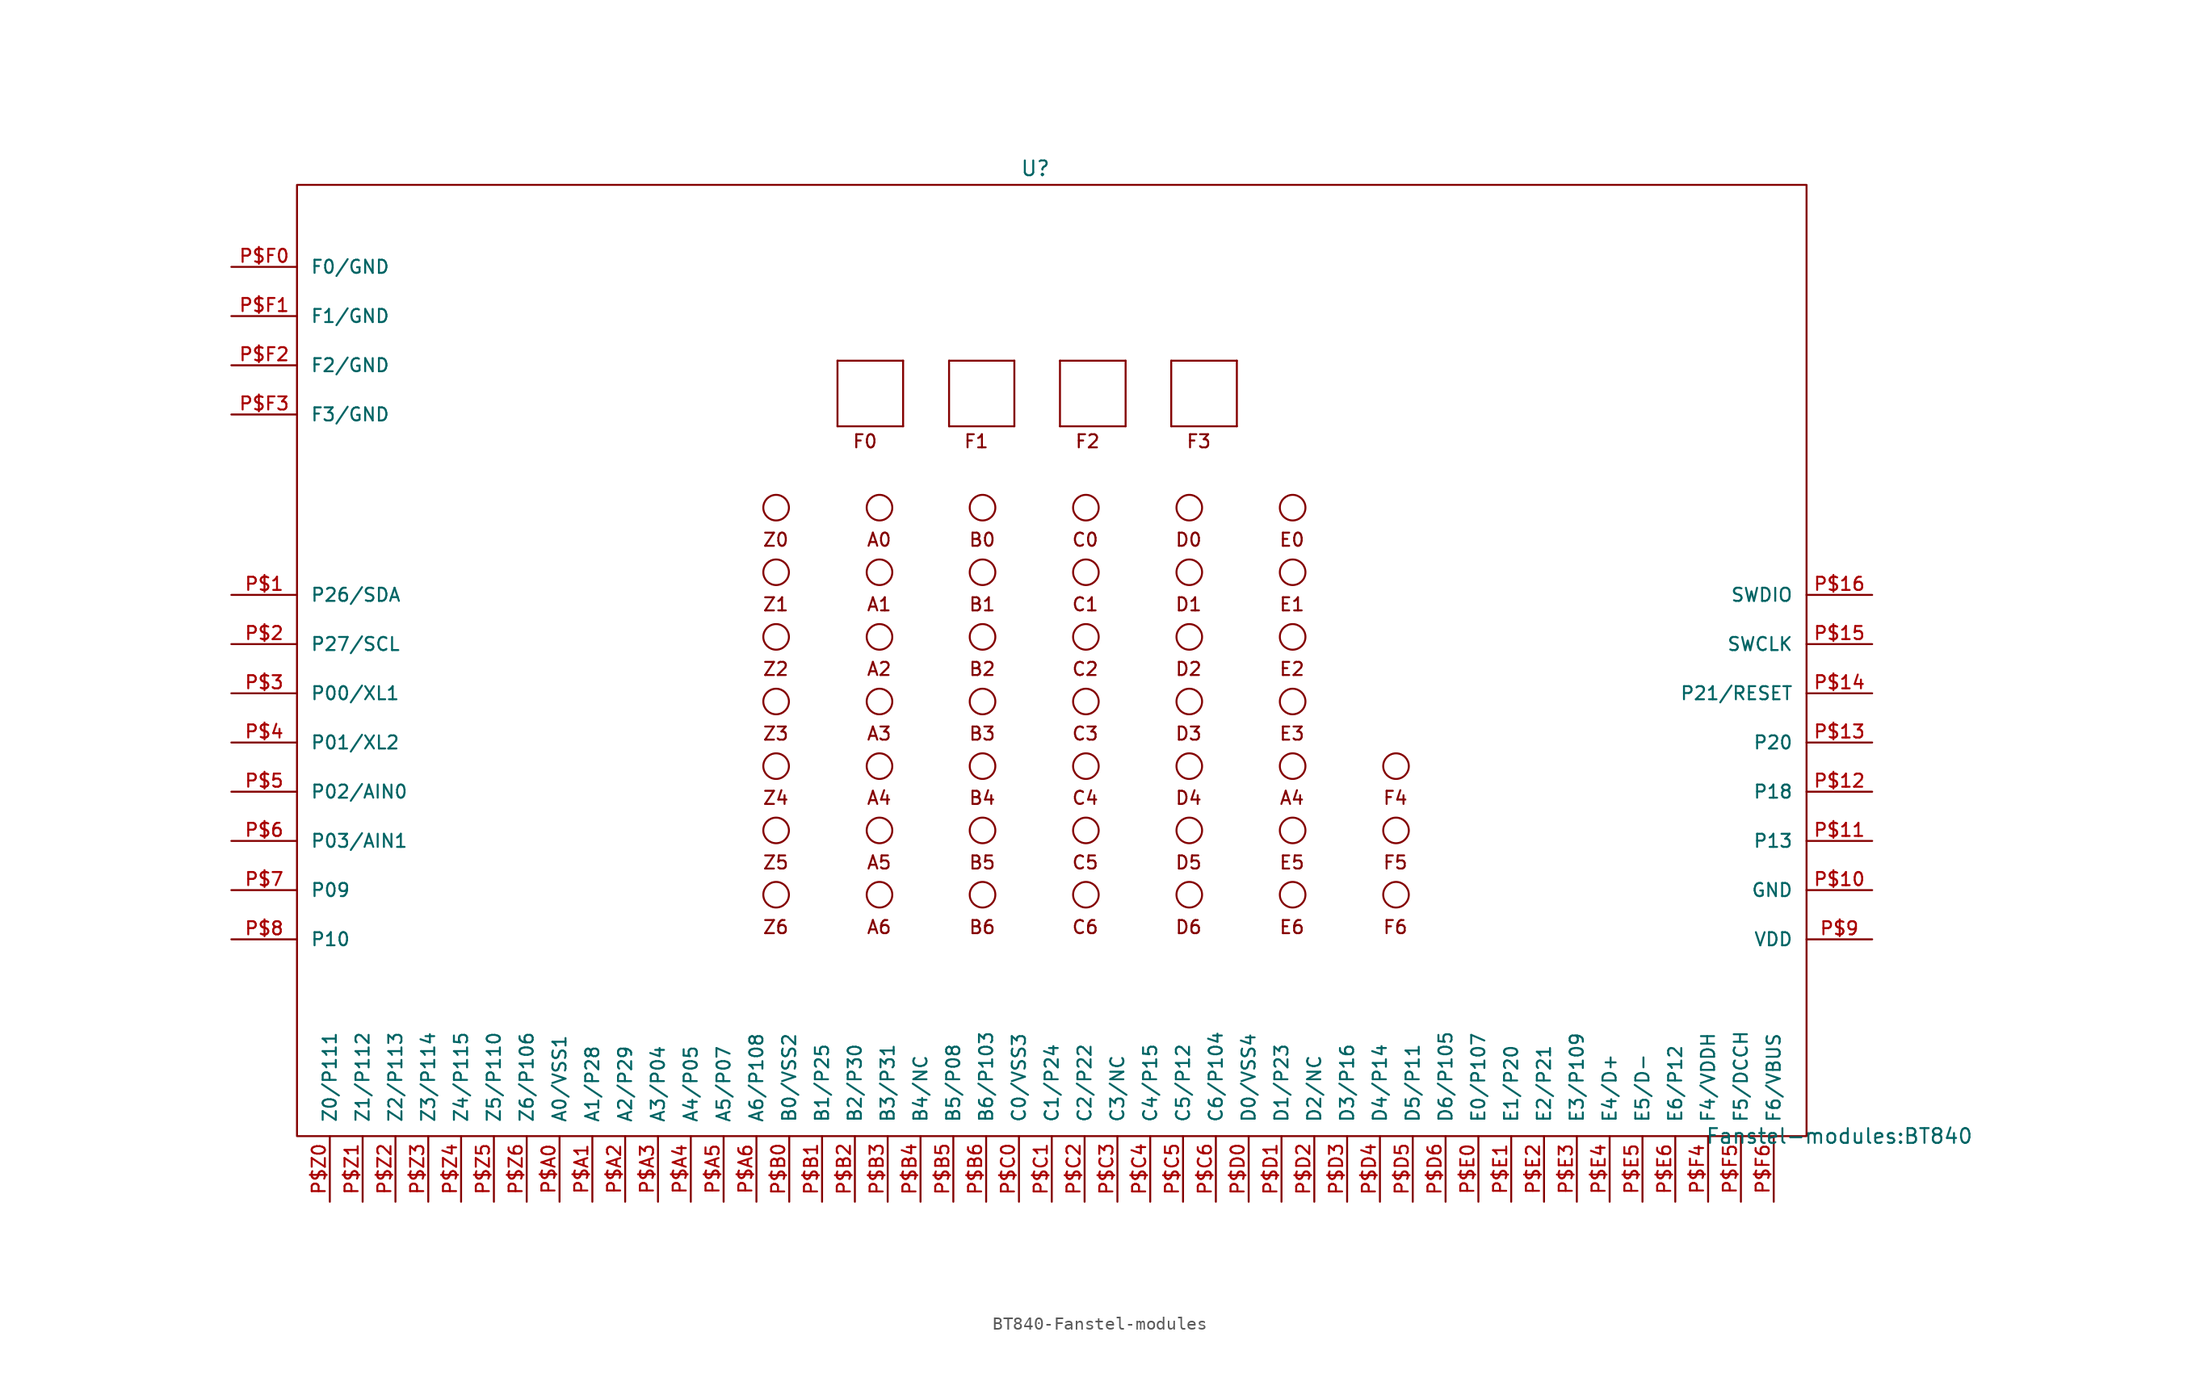
<source format=kicad_sym>
(kicad_symbol_lib
  (version 20220914)
  (generator kicad_symbol_editor)
  (symbol "BT840-Fanstel-modules"
    (pin_names
      (offset 1.016))
    (property "Reference" "U"
      (at 0 48.26 0)
      (effects (font (size 1.143 1.143))))
    (property "Value" "Fanstel-modules:BT840"
      (at 62.23 -26.67 0)
      (effects (font (size 1.143 1.143))))
    (property "ki_locked" ""
      (at 0 0 0)
      (effects (font (size 1.27 1.27))))
    (symbol "BT840-Fanstel-modules_0_1"
      (rectangle (start -57.15 46.99) (end 59.69 -26.67) (stroke (width 0) (type solid)) (fill (type none))))
    (symbol "BT840-Fanstel-modules_1_0"
      (polyline (pts (xy -15.316 28.296) (xy -15.316 33.376)) (stroke (width 0) (type solid)) (fill (type none)))
      (polyline (pts (xy -15.316 33.376) (xy -10.236 33.376)) (stroke (width 0) (type solid)) (fill (type none)))
      (polyline (pts (xy -10.236 28.296) (xy -15.316 28.296)) (stroke (width 0) (type solid)) (fill (type none)))
      (polyline (pts (xy -10.236 33.376) (xy -10.236 28.296)) (stroke (width 0) (type solid)) (fill (type none)))
      (polyline (pts (xy -6.68 28.296) (xy -6.68 33.376)) (stroke (width 0) (type solid)) (fill (type none)))
      (polyline (pts (xy -6.68 33.376) (xy -1.626 33.376)) (stroke (width 0) (type solid)) (fill (type none)))
      (polyline (pts (xy -1.626 28.296) (xy -6.68 28.296)) (stroke (width 0) (type solid)) (fill (type none)))
      (polyline (pts (xy -1.626 33.376) (xy -1.626 28.296)) (stroke (width 0) (type solid)) (fill (type none)))
      (polyline (pts (xy 1.905 28.296) (xy 1.905 33.376)) (stroke (width 0) (type solid)) (fill (type none)))
      (polyline (pts (xy 1.905 33.376) (xy 6.985 33.376)) (stroke (width 0) (type solid)) (fill (type none)))
      (polyline (pts (xy 6.985 28.296) (xy 1.905 28.296)) (stroke (width 0) (type solid)) (fill (type none)))
      (polyline (pts (xy 6.985 33.376) (xy 6.985 28.296)) (stroke (width 0) (type solid)) (fill (type none)))
      (polyline (pts (xy 10.516 28.296) (xy 10.516 33.376)) (stroke (width 0) (type solid)) (fill (type none)))
      (polyline (pts (xy 10.516 33.376) (xy 15.596 33.376)) (stroke (width 0) (type solid)) (fill (type none)))
      (polyline (pts (xy 15.596 28.296) (xy 10.516 28.296)) (stroke (width 0) (type solid)) (fill (type none)))
      (polyline (pts (xy 15.596 33.376) (xy 15.596 28.296)) (stroke (width 0) (type solid)) (fill (type none)))
      (text "A0" (at -12.09 19.507 0) (effects (font (size 1.016 1.016))))
      (text "A1" (at -12.09 14.503 0) (effects (font (size 1.016 1.016))))
      (text "A2" (at -12.09 9.5 0) (effects (font (size 1.016 1.016))))
      (text "A3" (at -12.09 4.496 0) (effects (font (size 1.016 1.016))))
      (text "A4" (at -12.09 -0.483 0) (effects (font (size 1.016 1.016))))
      (text "A4" (at 19.863 -0.483 0) (effects (font (size 1.016 1.016))))
      (text "A5" (at -12.09 -5.486 0) (effects (font (size 1.016 1.016))))
      (text "A6" (at -12.09 -10.49 0) (effects (font (size 1.016 1.016))))
      (text "B0" (at -4.115 19.507 0) (effects (font (size 1.016 1.016))))
      (text "B1" (at -4.115 14.503 0) (effects (font (size 1.016 1.016))))
      (text "B2" (at -4.115 9.5 0) (effects (font (size 1.016 1.016))))
      (text "B3" (at -4.115 4.496 0) (effects (font (size 1.016 1.016))))
      (text "B4" (at -4.115 -0.483 0) (effects (font (size 1.016 1.016))))
      (text "B5" (at -4.115 -5.486 0) (effects (font (size 1.016 1.016))))
      (text "B6" (at -4.115 -10.49 0) (effects (font (size 1.016 1.016))))
      (text "C0" (at 3.861 19.507 0) (effects (font (size 1.016 1.016))))
      (text "C1" (at 3.861 14.503 0) (effects (font (size 1.016 1.016))))
      (text "C2" (at 3.861 9.5 0) (effects (font (size 1.016 1.016))))
      (text "C3" (at 3.861 4.496 0) (effects (font (size 1.016 1.016))))
      (text "C4" (at 3.861 -0.483 0) (effects (font (size 1.016 1.016))))
      (text "C5" (at 3.861 -5.486 0) (effects (font (size 1.016 1.016))))
      (text "C6" (at 3.861 -10.49 0) (effects (font (size 1.016 1.016))))
      (text "D0" (at 11.862 19.507 0) (effects (font (size 1.016 1.016))))
      (text "D1" (at 11.862 14.503 0) (effects (font (size 1.016 1.016))))
      (text "D2" (at 11.862 9.5 0) (effects (font (size 1.016 1.016))))
      (text "D3" (at 11.862 4.496 0) (effects (font (size 1.016 1.016))))
      (text "D4" (at 11.862 -0.483 0) (effects (font (size 1.016 1.016))))
      (text "D5" (at 11.862 -5.486 0) (effects (font (size 1.016 1.016))))
      (text "D6" (at 11.862 -10.49 0) (effects (font (size 1.016 1.016))))
      (text "E0" (at 19.863 19.507 0) (effects (font (size 1.016 1.016))))
      (text "E1" (at 19.863 14.503 0) (effects (font (size 1.016 1.016))))
      (text "E2" (at 19.863 9.5 0) (effects (font (size 1.016 1.016))))
      (text "E3" (at 19.863 4.496 0) (effects (font (size 1.016 1.016))))
      (text "E5" (at 19.863 -5.486 0) (effects (font (size 1.016 1.016))))
      (text "E6" (at 19.863 -10.49 0) (effects (font (size 1.016 1.016))))
      (text "F0" (at -13.183 27.127 0) (effects (font (size 1.016 1.016))))
      (text "F1" (at -4.572 27.127 0) (effects (font (size 1.016 1.016))))
      (text "F2" (at 4.039 27.127 0) (effects (font (size 1.016 1.016))))
      (text "F3" (at 12.649 27.127 0) (effects (font (size 1.016 1.016))))
      (text "F4" (at 27.864 -0.483 0) (effects (font (size 1.016 1.016))))
      (text "F5" (at 27.864 -5.486 0) (effects (font (size 1.016 1.016))))
      (text "F6" (at 27.864 -10.49 0) (effects (font (size 1.016 1.016))))
      (text "Z0" (at -20.091 19.507 0) (effects (font (size 1.016 1.016))))
      (text "Z1" (at -20.091 14.503 0) (effects (font (size 1.016 1.016))))
      (text "Z2" (at -20.091 9.5 0) (effects (font (size 1.016 1.016))))
      (text "Z3" (at -20.091 4.496 0) (effects (font (size 1.016 1.016))))
      (text "Z4" (at -20.091 -0.483 0) (effects (font (size 1.016 1.016))))
      (text "Z5" (at -20.091 -5.486 0) (effects (font (size 1.016 1.016))))
      (text "Z6" (at -20.091 -10.49 0) (effects (font (size 1.016 1.016)))))
    (symbol "BT840-Fanstel-modules_1_1"
      (circle (center -20.066 -7.976) (radius 0.991) (stroke (width 0) (type solid)) (fill (type none)))
      (circle (center -20.066 -2.997) (radius 0.991) (stroke (width 0) (type solid)) (fill (type none)))
      (circle (center -20.066 1.981) (radius 0.991) (stroke (width 0) (type solid)) (fill (type none)))
      (circle (center -20.066 6.985) (radius 0.991) (stroke (width 0) (type solid)) (fill (type none)))
      (circle (center -20.066 11.989) (radius 0.991) (stroke (width 0) (type solid)) (fill (type none)))
      (circle (center -20.066 16.993) (radius 0.991) (stroke (width 0) (type solid)) (fill (type none)))
      (circle (center -20.066 21.996) (radius 0.991) (stroke (width 0) (type solid)) (fill (type none)))
      (circle (center -12.065 -7.976) (radius 0.991) (stroke (width 0) (type solid)) (fill (type none)))
      (circle (center -12.065 -2.997) (radius 0.991) (stroke (width 0) (type solid)) (fill (type none)))
      (circle (center -12.065 1.981) (radius 0.991) (stroke (width 0) (type solid)) (fill (type none)))
      (circle (center -12.065 6.985) (radius 0.991) (stroke (width 0) (type solid)) (fill (type none)))
      (circle (center -12.065 11.989) (radius 0.991) (stroke (width 0) (type solid)) (fill (type none)))
      (circle (center -12.065 16.993) (radius 0.991) (stroke (width 0) (type solid)) (fill (type none)))
      (circle (center -12.065 21.996) (radius 0.991) (stroke (width 0) (type solid)) (fill (type none)))
      (circle (center -4.089 -7.976) (radius 0.991) (stroke (width 0) (type solid)) (fill (type none)))
      (circle (center -4.089 -2.997) (radius 0.991) (stroke (width 0) (type solid)) (fill (type none)))
      (circle (center -4.089 1.981) (radius 0.991) (stroke (width 0) (type solid)) (fill (type none)))
      (circle (center -4.089 6.985) (radius 0.991) (stroke (width 0) (type solid)) (fill (type none)))
      (circle (center -4.089 11.989) (radius 0.991) (stroke (width 0) (type solid)) (fill (type none)))
      (circle (center -4.089 16.993) (radius 0.991) (stroke (width 0) (type solid)) (fill (type none)))
      (circle (center -4.089 21.996) (radius 0.991) (stroke (width 0) (type solid)) (fill (type none)))
      (circle (center 3.912 -7.976) (radius 0.991) (stroke (width 0) (type solid)) (fill (type none)))
      (circle (center 3.912 -2.997) (radius 0.991) (stroke (width 0) (type solid)) (fill (type none)))
      (circle (center 3.912 1.981) (radius 0.991) (stroke (width 0) (type solid)) (fill (type none)))
      (circle (center 3.912 6.985) (radius 0.991) (stroke (width 0) (type solid)) (fill (type none)))
      (circle (center 3.912 11.989) (radius 0.991) (stroke (width 0) (type solid)) (fill (type none)))
      (circle (center 3.912 16.993) (radius 0.991) (stroke (width 0) (type solid)) (fill (type none)))
      (circle (center 3.912 21.996) (radius 0.991) (stroke (width 0) (type solid)) (fill (type none)))
      (circle (center 11.913 -7.976) (radius 0.991) (stroke (width 0) (type solid)) (fill (type none)))
      (circle (center 11.913 -2.997) (radius 0.991) (stroke (width 0) (type solid)) (fill (type none)))
      (circle (center 11.913 1.981) (radius 0.991) (stroke (width 0) (type solid)) (fill (type none)))
      (circle (center 11.913 6.985) (radius 0.991) (stroke (width 0) (type solid)) (fill (type none)))
      (circle (center 11.913 11.989) (radius 0.991) (stroke (width 0) (type solid)) (fill (type none)))
      (circle (center 11.913 16.993) (radius 0.991) (stroke (width 0) (type solid)) (fill (type none)))
      (circle (center 11.913 21.996) (radius 0.991) (stroke (width 0) (type solid)) (fill (type none)))
      (circle (center 19.914 -7.976) (radius 0.991) (stroke (width 0) (type solid)) (fill (type none)))
      (circle (center 19.914 -2.997) (radius 0.991) (stroke (width 0) (type solid)) (fill (type none)))
      (circle (center 19.914 1.981) (radius 0.991) (stroke (width 0) (type solid)) (fill (type none)))
      (circle (center 19.914 6.985) (radius 0.991) (stroke (width 0) (type solid)) (fill (type none)))
      (circle (center 19.914 11.989) (radius 0.991) (stroke (width 0) (type solid)) (fill (type none)))
      (circle (center 19.914 16.993) (radius 0.991) (stroke (width 0) (type solid)) (fill (type none)))
      (circle (center 19.914 21.996) (radius 0.991) (stroke (width 0) (type solid)) (fill (type none)))
      (circle (center 27.915 -7.976) (radius 0.991) (stroke (width 0) (type solid)) (fill (type none)))
      (circle (center 27.915 -2.997) (radius 0.991) (stroke (width 0) (type solid)) (fill (type none)))
      (circle (center 27.915 1.981) (radius 0.991) (stroke (width 0) (type solid)) (fill (type none)))
      (pin bidirectional line (at -62.23 15.24 0) (length 5.08) (name "P26/SDA" (effects (font (size 1.016 1.016)))) (number "P$1" (effects (font (size 1.016 1.016)))))
      (pin bidirectional line (at 64.77 -7.62 180) (length 5.08) (name "GND" (effects (font (size 1.016 1.016)))) (number "P$10" (effects (font (size 1.016 1.016)))))
      (pin bidirectional line (at 64.77 -3.81 180) (length 5.08) (name "P13" (effects (font (size 1.016 1.016)))) (number "P$11" (effects (font (size 1.016 1.016)))))
      (pin bidirectional line (at 64.77 0 180) (length 5.08) (name "P18" (effects (font (size 1.016 1.016)))) (number "P$12" (effects (font (size 1.016 1.016)))))
      (pin bidirectional line (at 64.77 3.81 180) (length 5.08) (name "P20" (effects (font (size 1.016 1.016)))) (number "P$13" (effects (font (size 1.016 1.016)))))
      (pin bidirectional line (at 64.77 7.62 180) (length 5.08) (name "P21/RESET" (effects (font (size 1.016 1.016)))) (number "P$14" (effects (font (size 1.016 1.016)))))
      (pin bidirectional line (at 64.77 11.43 180) (length 5.08) (name "SWCLK" (effects (font (size 1.016 1.016)))) (number "P$15" (effects (font (size 1.016 1.016)))))
      (pin bidirectional line (at 64.77 15.24 180) (length 5.08) (name "SWDIO" (effects (font (size 1.016 1.016)))) (number "P$16" (effects (font (size 1.016 1.016)))))
      (pin bidirectional line (at -62.23 11.43 0) (length 5.08) (name "P27/SCL" (effects (font (size 1.016 1.016)))) (number "P$2" (effects (font (size 1.016 1.016)))))
      (pin bidirectional line (at -62.23 7.62 0) (length 5.08) (name "P00/XL1" (effects (font (size 1.016 1.016)))) (number "P$3" (effects (font (size 1.016 1.016)))))
      (pin bidirectional line (at -62.23 3.81 0) (length 5.08) (name "P01/XL2" (effects (font (size 1.016 1.016)))) (number "P$4" (effects (font (size 1.016 1.016)))))
      (pin bidirectional line (at -62.23 0 0) (length 5.08) (name "P02/AIN0" (effects (font (size 1.016 1.016)))) (number "P$5" (effects (font (size 1.016 1.016)))))
      (pin bidirectional line (at -62.23 -3.81 0) (length 5.08) (name "P03/AIN1" (effects (font (size 1.016 1.016)))) (number "P$6" (effects (font (size 1.016 1.016)))))
      (pin bidirectional line (at -62.23 -7.62 0) (length 5.08) (name "P09" (effects (font (size 1.016 1.016)))) (number "P$7" (effects (font (size 1.016 1.016)))))
      (pin bidirectional line (at -62.23 -11.43 0) (length 5.08) (name "P10" (effects (font (size 1.016 1.016)))) (number "P$8" (effects (font (size 1.016 1.016)))))
      (pin bidirectional line (at 64.77 -11.43 180) (length 5.08) (name "VDD" (effects (font (size 1.016 1.016)))) (number "P$9" (effects (font (size 1.016 1.016)))))
      (pin bidirectional line (at -36.83 -31.75 90) (length 5.08) (name "A0/VSS1" (effects (font (size 1.016 1.016)))) (number "P$A0" (effects (font (size 1.016 1.016)))))
      (pin bidirectional line (at -34.29 -31.75 90) (length 5.08) (name "A1/P28" (effects (font (size 1.016 1.016)))) (number "P$A1" (effects (font (size 1.016 1.016)))))
      (pin bidirectional line (at -31.75 -31.75 90) (length 5.08) (name "A2/P29" (effects (font (size 1.016 1.016)))) (number "P$A2" (effects (font (size 1.016 1.016)))))
      (pin bidirectional line (at -29.21 -31.75 90) (length 5.08) (name "A3/P04" (effects (font (size 1.016 1.016)))) (number "P$A3" (effects (font (size 1.016 1.016)))))
      (pin bidirectional line (at -26.67 -31.75 90) (length 5.08) (name "A4/P05" (effects (font (size 1.016 1.016)))) (number "P$A4" (effects (font (size 1.016 1.016)))))
      (pin bidirectional line (at -24.13 -31.75 90) (length 5.08) (name "A5/P07" (effects (font (size 1.016 1.016)))) (number "P$A5" (effects (font (size 1.016 1.016)))))
      (pin bidirectional line (at -21.59 -31.75 90) (length 5.08) (name "A6/P108" (effects (font (size 1.016 1.016)))) (number "P$A6" (effects (font (size 1.016 1.016)))))
      (pin bidirectional line (at -19.05 -31.75 90) (length 5.08) (name "B0/VSS2" (effects (font (size 1.016 1.016)))) (number "P$B0" (effects (font (size 1.016 1.016)))))
      (pin bidirectional line (at -16.51 -31.75 90) (length 5.08) (name "B1/P25" (effects (font (size 1.016 1.016)))) (number "P$B1" (effects (font (size 1.016 1.016)))))
      (pin bidirectional line (at -13.97 -31.75 90) (length 5.08) (name "B2/P30" (effects (font (size 1.016 1.016)))) (number "P$B2" (effects (font (size 1.016 1.016)))))
      (pin bidirectional line (at -11.43 -31.75 90) (length 5.08) (name "B3/P31" (effects (font (size 1.016 1.016)))) (number "P$B3" (effects (font (size 1.016 1.016)))))
      (pin bidirectional line (at -8.89 -31.75 90) (length 5.08) (name "B4/NC" (effects (font (size 1.016 1.016)))) (number "P$B4" (effects (font (size 1.016 1.016)))))
      (pin bidirectional line (at -6.35 -31.75 90) (length 5.08) (name "B5/P08" (effects (font (size 1.016 1.016)))) (number "P$B5" (effects (font (size 1.016 1.016)))))
      (pin bidirectional line (at -3.81 -31.75 90) (length 5.08) (name "B6/P103" (effects (font (size 1.016 1.016)))) (number "P$B6" (effects (font (size 1.016 1.016)))))
      (pin bidirectional line (at -1.27 -31.75 90) (length 5.08) (name "C0/VSS3" (effects (font (size 1.016 1.016)))) (number "P$C0" (effects (font (size 1.016 1.016)))))
      (pin bidirectional line (at 1.27 -31.75 90) (length 5.08) (name "C1/P24" (effects (font (size 1.016 1.016)))) (number "P$C1" (effects (font (size 1.016 1.016)))))
      (pin bidirectional line (at 3.81 -31.75 90) (length 5.08) (name "C2/P22" (effects (font (size 1.016 1.016)))) (number "P$C2" (effects (font (size 1.016 1.016)))))
      (pin bidirectional line (at 6.35 -31.75 90) (length 5.08) (name "C3/NC" (effects (font (size 1.016 1.016)))) (number "P$C3" (effects (font (size 1.016 1.016)))))
      (pin bidirectional line (at 8.89 -31.75 90) (length 5.08) (name "C4/P15" (effects (font (size 1.016 1.016)))) (number "P$C4" (effects (font (size 1.016 1.016)))))
      (pin bidirectional line (at 11.43 -31.75 90) (length 5.08) (name "C5/P12" (effects (font (size 1.016 1.016)))) (number "P$C5" (effects (font (size 1.016 1.016)))))
      (pin bidirectional line (at 13.97 -31.75 90) (length 5.08) (name "C6/P104" (effects (font (size 1.016 1.016)))) (number "P$C6" (effects (font (size 1.016 1.016)))))
      (pin bidirectional line (at 16.51 -31.75 90) (length 5.08) (name "D0/VSS4" (effects (font (size 1.016 1.016)))) (number "P$D0" (effects (font (size 1.016 1.016)))))
      (pin bidirectional line (at 19.05 -31.75 90) (length 5.08) (name "D1/P23" (effects (font (size 1.016 1.016)))) (number "P$D1" (effects (font (size 1.016 1.016)))))
      (pin bidirectional line (at 21.59 -31.75 90) (length 5.08) (name "D2/NC" (effects (font (size 1.016 1.016)))) (number "P$D2" (effects (font (size 1.016 1.016)))))
      (pin bidirectional line (at 24.13 -31.75 90) (length 5.08) (name "D3/P16" (effects (font (size 1.016 1.016)))) (number "P$D3" (effects (font (size 1.016 1.016)))))
      (pin bidirectional line (at 26.67 -31.75 90) (length 5.08) (name "D4/P14" (effects (font (size 1.016 1.016)))) (number "P$D4" (effects (font (size 1.016 1.016)))))
      (pin bidirectional line (at 29.21 -31.75 90) (length 5.08) (name "D5/P11" (effects (font (size 1.016 1.016)))) (number "P$D5" (effects (font (size 1.016 1.016)))))
      (pin bidirectional line (at 31.75 -31.75 90) (length 5.08) (name "D6/P105" (effects (font (size 1.016 1.016)))) (number "P$D6" (effects (font (size 1.016 1.016)))))
      (pin bidirectional line (at 34.29 -31.75 90) (length 5.08) (name "E0/P107" (effects (font (size 1.016 1.016)))) (number "P$E0" (effects (font (size 1.016 1.016)))))
      (pin bidirectional line (at 36.83 -31.75 90) (length 5.08) (name "E1/P20" (effects (font (size 1.016 1.016)))) (number "P$E1" (effects (font (size 1.016 1.016)))))
      (pin bidirectional line (at 39.37 -31.75 90) (length 5.08) (name "E2/P21" (effects (font (size 1.016 1.016)))) (number "P$E2" (effects (font (size 1.016 1.016)))))
      (pin bidirectional line (at 41.91 -31.75 90) (length 5.08) (name "E3/P109" (effects (font (size 1.016 1.016)))) (number "P$E3" (effects (font (size 1.016 1.016)))))
      (pin bidirectional line (at 44.45 -31.75 90) (length 5.08) (name "E4/D+" (effects (font (size 1.016 1.016)))) (number "P$E4" (effects (font (size 1.016 1.016)))))
      (pin bidirectional line (at 46.99 -31.75 90) (length 5.08) (name "E5/D-" (effects (font (size 1.016 1.016)))) (number "P$E5" (effects (font (size 1.016 1.016)))))
      (pin bidirectional line (at 49.53 -31.75 90) (length 5.08) (name "E6/P12" (effects (font (size 1.016 1.016)))) (number "P$E6" (effects (font (size 1.016 1.016)))))
      (pin bidirectional line (at -62.23 40.64 0) (length 5.08) (name "F0/GND" (effects (font (size 1.016 1.016)))) (number "P$F0" (effects (font (size 1.016 1.016)))))
      (pin bidirectional line (at -62.23 36.83 0) (length 5.08) (name "F1/GND" (effects (font (size 1.016 1.016)))) (number "P$F1" (effects (font (size 1.016 1.016)))))
      (pin bidirectional line (at -62.23 33.02 0) (length 5.08) (name "F2/GND" (effects (font (size 1.016 1.016)))) (number "P$F2" (effects (font (size 1.016 1.016)))))
      (pin bidirectional line (at -62.23 29.21 0) (length 5.08) (name "F3/GND" (effects (font (size 1.016 1.016)))) (number "P$F3" (effects (font (size 1.016 1.016)))))
      (pin bidirectional line (at 52.07 -31.75 90) (length 5.08) (name "F4/VDDH" (effects (font (size 1.016 1.016)))) (number "P$F4" (effects (font (size 1.016 1.016)))))
      (pin bidirectional line (at 54.61 -31.75 90) (length 5.08) (name "F5/DCCH" (effects (font (size 1.016 1.016)))) (number "P$F5" (effects (font (size 1.016 1.016)))))
      (pin bidirectional line (at 57.15 -31.75 90) (length 5.08) (name "F6/VBUS" (effects (font (size 1.016 1.016)))) (number "P$F6" (effects (font (size 1.016 1.016)))))
      (pin bidirectional line (at -54.61 -31.75 90) (length 5.08) (name "Z0/P111" (effects (font (size 1.016 1.016)))) (number "P$Z0" (effects (font (size 1.016 1.016)))))
      (pin bidirectional line (at -52.07 -31.75 90) (length 5.08) (name "Z1/P112" (effects (font (size 1.016 1.016)))) (number "P$Z1" (effects (font (size 1.016 1.016)))))
      (pin bidirectional line (at -49.53 -31.75 90) (length 5.08) (name "Z2/P113" (effects (font (size 1.016 1.016)))) (number "P$Z2" (effects (font (size 1.016 1.016)))))
      (pin bidirectional line (at -46.99 -31.75 90) (length 5.08) (name "Z3/P114" (effects (font (size 1.016 1.016)))) (number "P$Z3" (effects (font (size 1.016 1.016)))))
      (pin bidirectional line (at -44.45 -31.75 90) (length 5.08) (name "Z4/P115" (effects (font (size 1.016 1.016)))) (number "P$Z4" (effects (font (size 1.016 1.016)))))
      (pin bidirectional line (at -41.91 -31.75 90) (length 5.08) (name "Z5/P110" (effects (font (size 1.016 1.016)))) (number "P$Z5" (effects (font (size 1.016 1.016)))))
      (pin bidirectional line (at -39.37 -31.75 90) (length 5.08) (name "Z6/P106" (effects (font (size 1.016 1.016)))) (number "P$Z6" (effects (font (size 1.016 1.016))))))))
</source>
